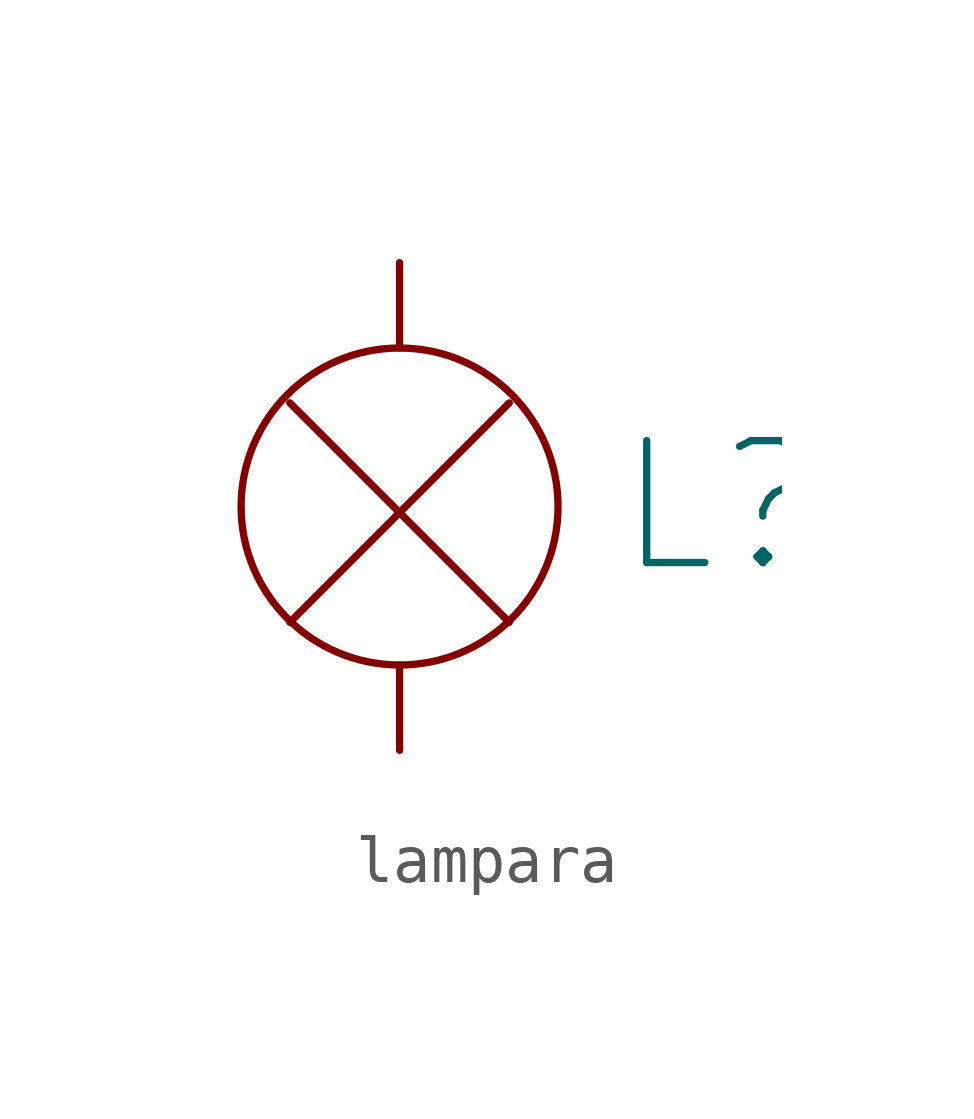
<source format=kicad_sym>
(kicad_symbol_lib
  (version 20231120)
  (generator "kicad_symbol_editor")
  (generator_version "8.0")
  (symbol "lampara"
    (pin_names
      (offset 1.016))
    (property "Reference" "L"
      (at 4.445 -5.08 0)
      (effects (font (size 2.54 2.54)) (justify left)))
    (symbol "lampara_0_1"
      (circle (center 0 -5.08) (radius 3.302) (stroke (width 0) (type default)) (fill (type none)))
      (polyline (pts (xy -2.286 -7.493) (xy 2.286 -2.921)) (stroke (width 0) (type default)) (fill (type none)))
      (polyline (pts (xy -2.286 -2.921) (xy 2.286 -7.493)) (stroke (width 0) (type default)) (fill (type none))))
    (symbol "lampara_1_1"
      (pin input line (at 0 -10.16 90) (length 1.778) (name "" (effects (font (size 1.27 1.27)))) (number "" (effects (font (size 1.143 1.143)))))
      (pin input line (at 0 0 270) (length 1.778) (name "" (effects (font (size 1.27 1.27)))) (number "" (effects (font (size 1.143 1.143))))))))
</source>
